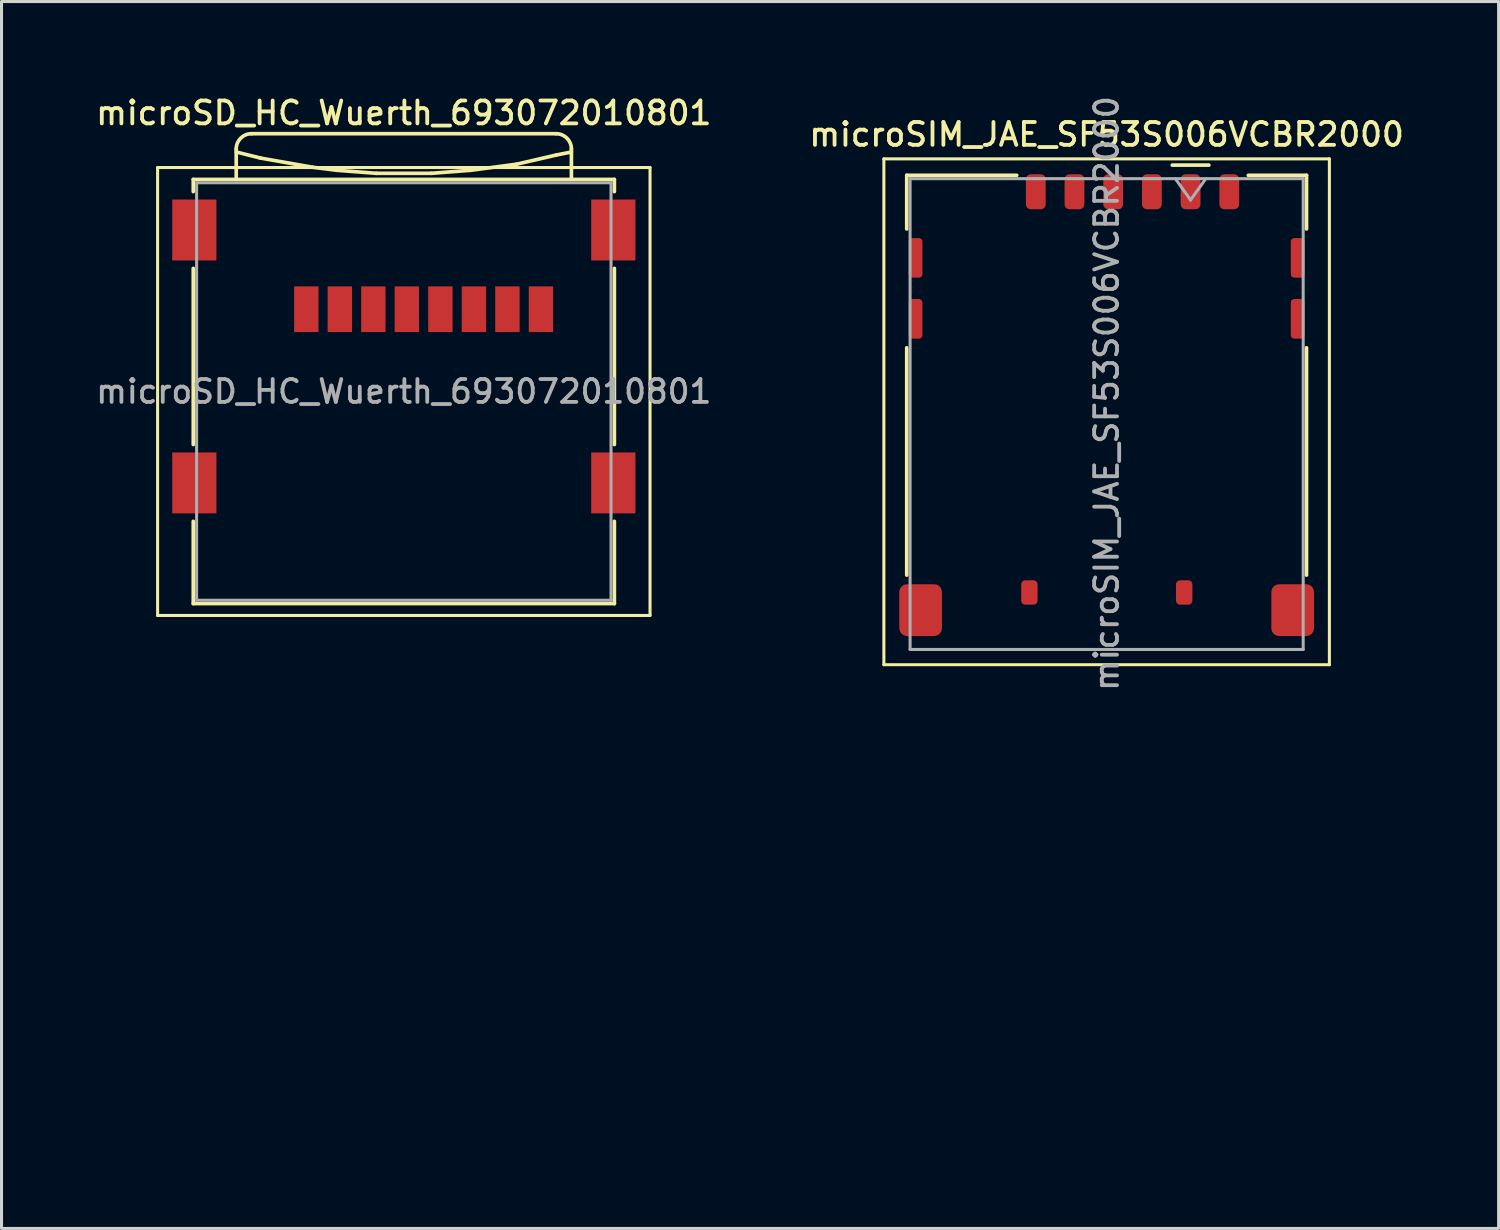
<source format=kicad_pcb>
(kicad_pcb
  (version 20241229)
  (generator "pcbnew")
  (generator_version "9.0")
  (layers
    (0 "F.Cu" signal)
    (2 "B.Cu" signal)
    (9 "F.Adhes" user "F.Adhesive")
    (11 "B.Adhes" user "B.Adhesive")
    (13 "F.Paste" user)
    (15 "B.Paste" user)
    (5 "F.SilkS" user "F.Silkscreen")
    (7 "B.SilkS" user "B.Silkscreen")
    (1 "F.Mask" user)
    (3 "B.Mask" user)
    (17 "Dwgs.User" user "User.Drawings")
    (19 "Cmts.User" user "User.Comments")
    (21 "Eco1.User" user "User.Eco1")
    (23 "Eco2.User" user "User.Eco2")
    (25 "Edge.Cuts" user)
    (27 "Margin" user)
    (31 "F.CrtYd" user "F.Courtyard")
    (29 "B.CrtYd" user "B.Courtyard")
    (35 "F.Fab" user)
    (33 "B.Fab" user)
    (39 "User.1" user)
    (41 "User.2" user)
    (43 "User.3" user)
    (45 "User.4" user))
  (footprint "microSD_HC_Wuerth_693072010801"
    (layer "F.Cu")
    (at 10.202 8.648)
    (property "Reference" "microSD_HC_Wuerth_693072010801" (at 0 -7.99 0) (layer "F.SilkS") (effects (font (size 0.75 0.75) (thickness 0.125))))
    (attr smd)
    (fp_line (start -8.08 -6.2) (end -8.08 8.5) (stroke (width 0.1) (type solid)) (layer "F.SilkS"))
    (fp_line (start -6.91 -5.81) (end -6.91 -5.41) (stroke (width 0.12) (type solid)) (layer "F.SilkS"))
    (fp_line (start -6.91 -5.81) (end 6.91 -5.81) (stroke (width 0.12) (type solid)) (layer "F.SilkS"))
    (fp_line (start -6.91 -2.89) (end -6.91 2.89) (stroke (width 0.12) (type solid)) (layer "F.SilkS"))
    (fp_line (start -6.91 5.41) (end -6.91 8.11) (stroke (width 0.12) (type solid)) (layer "F.SilkS"))
    (fp_line (start -5.5 -6.71) (end -4.7 -6.51) (stroke (width 0.12) (type solid)) (layer "F.SilkS"))
    (fp_line (start -5.5 -5.81) (end -5.5 -6.81) (stroke (width 0.12) (type solid)) (layer "F.SilkS"))
    (fp_line (start -5 -7.31) (end 5 -7.31) (stroke (width 0.12) (type solid)) (layer "F.SilkS"))
    (fp_line (start -4.7 -6.51) (end -3 -6.21) (stroke (width 0.12) (type solid)) (layer "F.SilkS"))
    (fp_line (start -3 -6.21) (end -2.2 -6.11) (stroke (width 0.12) (type solid)) (layer "F.SilkS"))
    (fp_line (start -2.2 -6.11) (end -0.9 -6.01) (stroke (width 0.12) (type solid)) (layer "F.SilkS"))
    (fp_line (start -0.9 -6.01) (end 0.9 -6.01) (stroke (width 0.12) (type solid)) (layer "F.SilkS"))
    (fp_line (start 0.9 -6.01) (end 2.2 -6.11) (stroke (width 0.12) (type solid)) (layer "F.SilkS"))
    (fp_line (start 2.2 -6.11) (end 3.7 -6.31) (stroke (width 0.12) (type solid)) (layer "F.SilkS"))
    (fp_line (start 3.7 -6.31) (end 5 -6.61) (stroke (width 0.12) (type solid)) (layer "F.SilkS"))
    (fp_line (start 5 -6.61) (end 5.5 -6.71) (stroke (width 0.12) (type solid)) (layer "F.SilkS"))
    (fp_line (start 5.5 -5.81) (end 5.5 -6.81) (stroke (width 0.12) (type solid)) (layer "F.SilkS"))
    (fp_line (start 6.91 -5.81) (end 6.91 -5.41) (stroke (width 0.12) (type solid)) (layer "F.SilkS"))
    (fp_line (start 6.91 -2.89) (end 6.91 2.89) (stroke (width 0.12) (type solid)) (layer "F.SilkS"))
    (fp_line (start 6.91 5.41) (end 6.91 8.11) (stroke (width 0.12) (type solid)) (layer "F.SilkS"))
    (fp_line (start 6.91 8.11) (end -6.91 8.11) (stroke (width 0.12) (type solid)) (layer "F.SilkS"))
    (fp_line (start 8.08 -6.2) (end -8.08 -6.2) (stroke (width 0.1) (type solid)) (layer "F.SilkS"))
    (fp_line (start 8.08 -6.2) (end 8.08 8.5) (stroke (width 0.1) (type solid)) (layer "F.SilkS"))
    (fp_line (start 8.08 8.5) (end -8.08 8.5) (stroke (width 0.1) (type solid)) (layer "F.SilkS"))
    (fp_arc (start -5.5 -6.81) (mid -5.353553 -7.163553) (end -5 -7.31) (stroke (width 0.12) (type solid)) (layer "F.SilkS"))
    (fp_arc (start 5 -7.31) (mid 5.353553 -7.163553) (end 5.5 -6.81) (stroke (width 0.12) (type solid)) (layer "F.SilkS"))
    (fp_line (start -6.8 -5.7) (end -6.8 8) (stroke (width 0.1) (type solid)) (layer "F.Fab"))
    (fp_line (start -6.8 8) (end 6.8 8) (stroke (width 0.1) (type solid)) (layer "F.Fab"))
    (fp_line (start 6.8 -5.7) (end -6.8 -5.7) (stroke (width 0.1) (type solid)) (layer "F.Fab"))
    (fp_line (start 6.8 8) (end 6.8 -5.7) (stroke (width 0.1) (type solid)) (layer "F.Fab"))
    (fp_text user "${REFERENCE}" (at 0 1.15 0) (layer "F.Fab") (effects (font (size 0.75 0.75) (thickness 0.125))))
    (pad "1" smd rect (at -3.2 -1.55) (size 0.8 1.5) (layers "F.Cu" "F.Mask" "F.Paste"))
    (pad "2" smd rect (at -2.1 -1.55) (size 0.8 1.5) (layers "F.Cu" "F.Mask" "F.Paste"))
    (pad "3" smd rect (at -1 -1.55) (size 0.8 1.5) (layers "F.Cu" "F.Mask" "F.Paste"))
    (pad "4" smd rect (at 0.1 -1.55) (size 0.8 1.5) (layers "F.Cu" "F.Mask" "F.Paste"))
    (pad "5" smd rect (at 1.2 -1.55) (size 0.8 1.5) (layers "F.Cu" "F.Mask" "F.Paste"))
    (pad "6" smd rect (at 2.3 -1.55) (size 0.8 1.5) (layers "F.Cu" "F.Mask" "F.Paste"))
    (pad "7" smd rect (at 3.4 -1.55) (size 0.8 1.5) (layers "F.Cu" "F.Mask" "F.Paste"))
    (pad "8" smd rect (at 4.5 -1.55) (size 0.8 1.5) (layers "F.Cu" "F.Mask" "F.Paste"))
    (pad "9" smd rect (at -6.875 -4.15) (size 1.45 2) (layers "F.Cu" "F.Mask" "F.Paste"))
    (pad "9" smd rect (at -6.875 4.15) (size 1.45 2) (layers "F.Cu" "F.Mask" "F.Paste"))
    (pad "9" smd rect (at 6.875 -4.15) (size 1.45 2) (layers "F.Cu" "F.Mask" "F.Paste"))
    (pad "9" smd rect (at 6.875 4.15) (size 1.45 2) (layers "F.Cu" "F.Mask" "F.Paste")))
  (footprint "microSIM_JAE_SF53S006VCBR2000"
    (layer "F.Cu")
    (at 33.266 9.863)
    (property "Reference" "microSIM_JAE_SF53S006VCBR2000" (at 0 -8.5 0) (layer "F.SilkS") (effects (font (size 0.75 0.75) (thickness 0.125))))
    (attr smd)
    (fp_line (start -7.31 -7.7) (end -7.31 8.9) (stroke (width 0.1) (type solid)) (layer "F.SilkS"))
    (fp_line (start -7.31 -7.7) (end 7.31 -7.7) (stroke (width 0.1) (type solid)) (layer "F.SilkS"))
    (fp_line (start -7.31 8.9) (end 7.31 8.9) (stroke (width 0.1) (type solid)) (layer "F.SilkS"))
    (fp_line (start -6.56 -7.16) (end -2.95 -7.16) (stroke (width 0.12) (type solid)) (layer "F.SilkS"))
    (fp_line (start -6.56 -5.4) (end -6.56 -7.16) (stroke (width 0.12) (type solid)) (layer "F.SilkS"))
    (fp_line (start -6.56 5.96) (end -6.56 -1.5) (stroke (width 0.12) (type solid)) (layer "F.SilkS"))
    (fp_line (start 3.355 -7.495) (end 2.155 -7.495) (stroke (width 0.12) (type solid)) (layer "F.SilkS"))
    (fp_line (start 4.65 -7.16) (end 6.56 -7.16) (stroke (width 0.12) (type solid)) (layer "F.SilkS"))
    (fp_line (start 6.56 -5.4) (end 6.56 -7.16) (stroke (width 0.12) (type solid)) (layer "F.SilkS"))
    (fp_line (start 6.56 5.96) (end 6.56 -1.5) (stroke (width 0.12) (type solid)) (layer "F.SilkS"))
    (fp_line (start 7.31 -7.7) (end 7.31 8.9) (stroke (width 0.1) (type solid)) (layer "F.SilkS"))
    (fp_line (start -6.45 -7.05) (end -6.45 8.4) (stroke (width 0.1) (type solid)) (layer "F.Fab"))
    (fp_line (start -6.45 -7.05) (end 6.45 -7.05) (stroke (width 0.1) (type solid)) (layer "F.Fab"))
    (fp_line (start -6.45 8.4) (end 6.45 8.4) (stroke (width 0.1) (type solid)) (layer "F.Fab"))
    (fp_line (start 2.755 -6.35) (end 2.255 -7.05) (stroke (width 0.1) (type solid)) (layer "F.Fab"))
    (fp_line (start 3.255 -7.05) (end 2.755 -6.35) (stroke (width 0.1) (type solid)) (layer "F.Fab"))
    (fp_line (start 6.45 -7.05) (end 6.45 8.4) (stroke (width 0.1) (type solid)) (layer "F.Fab"))
    (fp_text user "${REFERENCE}" (at 0 0 270) (layer "F.Fab") (effects (font (size 0.75 0.75) (thickness 0.125))))
    (pad "1" smd roundrect (at 2.755 -6.62) (size 0.65 1.15) (layers "F.Cu" "F.Mask" "F.Paste") (roundrect_rratio 0.25))
    (pad "2" smd roundrect (at 0.215 -6.62) (size 0.65 1.15) (layers "F.Cu" "F.Mask" "F.Paste") (roundrect_rratio 0.25))
    (pad "3" smd roundrect (at -2.325 -6.62) (size 0.65 1.15) (layers "F.Cu" "F.Mask" "F.Paste") (roundrect_rratio 0.25))
    (pad "5" smd roundrect (at 4.025 -6.62) (size 0.65 1.15) (layers "F.Cu" "F.Mask" "F.Paste") (roundrect_rratio 0.25))
    (pad "6" smd roundrect (at 1.485 -6.62) (size 0.65 1.15) (layers "F.Cu" "F.Mask" "F.Paste") (roundrect_rratio 0.25))
    (pad "7" smd roundrect (at -1.055 -6.62) (size 0.65 1.15) (layers "F.Cu" "F.Mask" "F.Paste") (roundrect_rratio 0.25))
    (pad "SH" smd roundrect (at -6.27 -4.45) (size 0.45 1.3) (layers "F.Cu" "F.Mask" "F.Paste") (roundrect_rratio 0.25))
    (pad "SH" smd roundrect (at -6.27 -2.45) (size 0.45 1.3) (layers "F.Cu" "F.Mask" "F.Paste") (roundrect_rratio 0.25))
    (pad "SH" smd roundrect (at -6.105 7.11) (size 1.4 1.7) (layers "F.Cu" "F.Mask" "F.Paste") (roundrect_rratio 0.179))
    (pad "SH" smd roundrect (at -2.535 6.53) (size 0.54 0.8) (layers "F.Cu" "F.Mask" "F.Paste") (roundrect_rratio 0.25))
    (pad "SH" smd roundrect (at 2.545 6.53) (size 0.54 0.8) (layers "F.Cu" "F.Mask" "F.Paste") (roundrect_rratio 0.25))
    (pad "SH" smd roundrect (at 6.105 7.11) (size 1.4 1.7) (layers "F.Cu" "F.Mask" "F.Paste") (roundrect_rratio 0.179))
    (pad "SH" smd roundrect (at 6.27 -4.45) (size 0.45 1.3) (layers "F.Cu" "F.Mask" "F.Paste") (roundrect_rratio 0.25))
    (pad "SH" smd roundrect (at 6.27 -2.45) (size 0.45 1.3) (layers "F.Cu" "F.Mask" "F.Paste") (roundrect_rratio 0.25))
    (zone (net_name "") (layer "F.Cu") (hatch edge 0.5) (connect_pads) (min_thickness 0.25) (filled_areas_thickness no) (keepout (tracks allowed) (vias allowed) (pads allowed) (copperpour allowed) (footprints not_allowed)) (placement (enabled no)) (fill) (polygon (pts (xy 27.266 19.263) (xy 39.266 19.263) (xy 39.266 34.263) (xy 27.266 34.263))))
    (zone (net_name "") (layer "F.Cu") (hatch edge 0.5) (connect_pads) (min_thickness 0.25) (filled_areas_thickness no) (keepout (tracks not_allowed) (vias not_allowed) (pads not_allowed) (copperpour not_allowed) (footprints allowed)) (placement (enabled no)) (fill) (polygon (pts (xy 31.446 6.773) (xy 32.556 6.773) (xy 32.556 7.463) (xy 31.446 7.463))))
    (zone (net_name "") (layer "F.Cu") (hatch edge 0.5) (connect_pads) (min_thickness 0.25) (filled_areas_thickness no) (keepout (tracks not_allowed) (vias not_allowed) (pads not_allowed) (copperpour not_allowed) (footprints allowed)) (placement (enabled no)) (fill) (polygon (pts (xy 31.446 14.413) (xy 32.556 14.413) (xy 32.556 15.103) (xy 31.446 15.103))))
    (zone (net_name "") (layer "F.Cu") (hatch edge 0.5) (connect_pads) (min_thickness 0.25) (filled_areas_thickness no) (keepout (tracks not_allowed) (vias not_allowed) (pads not_allowed) (copperpour not_allowed) (footprints allowed)) (placement (enabled no)) (fill) (polygon (pts (xy 33.976 6.763) (xy 35.086 6.763) (xy 35.086 7.453) (xy 33.976 7.453))))
    (zone (net_name "") (layer "F.Cu") (hatch edge 0.5) (connect_pads) (min_thickness 0.25) (filled_areas_thickness no) (keepout (tracks not_allowed) (vias not_allowed) (pads not_allowed) (copperpour not_allowed) (footprints allowed)) (placement (enabled no)) (fill) (polygon (pts (xy 33.986 14.413) (xy 35.096 14.413) (xy 35.096 15.103) (xy 33.986 15.103))))
    (zone (net_name "") (layer "F.Cu") (hatch edge 0.5) (connect_pads) (min_thickness 0.25) (filled_areas_thickness no) (keepout (tracks not_allowed) (vias not_allowed) (pads not_allowed) (copperpour not_allowed) (footprints allowed)) (placement (enabled no)) (fill) (polygon (pts (xy 36.526 6.763) (xy 37.636 6.763) (xy 37.636 7.453) (xy 36.526 7.453))))
    (zone (net_name "") (layer "F.Cu") (hatch edge 0.5) (connect_pads) (min_thickness 0.25) (filled_areas_thickness no) (keepout (tracks not_allowed) (vias not_allowed) (pads not_allowed) (copperpour not_allowed) (footprints allowed)) (placement (enabled no)) (fill) (polygon (pts (xy 36.526 14.413) (xy 37.636 14.413) (xy 37.636 15.103) (xy 36.526 15.103)))))
  (gr_rect
    (start -3 -3)
    (end 46.129 37.263)
    (stroke (width 0.1) (type default))
    (fill no)
    (layer "Edge.Cuts")))
</source>
